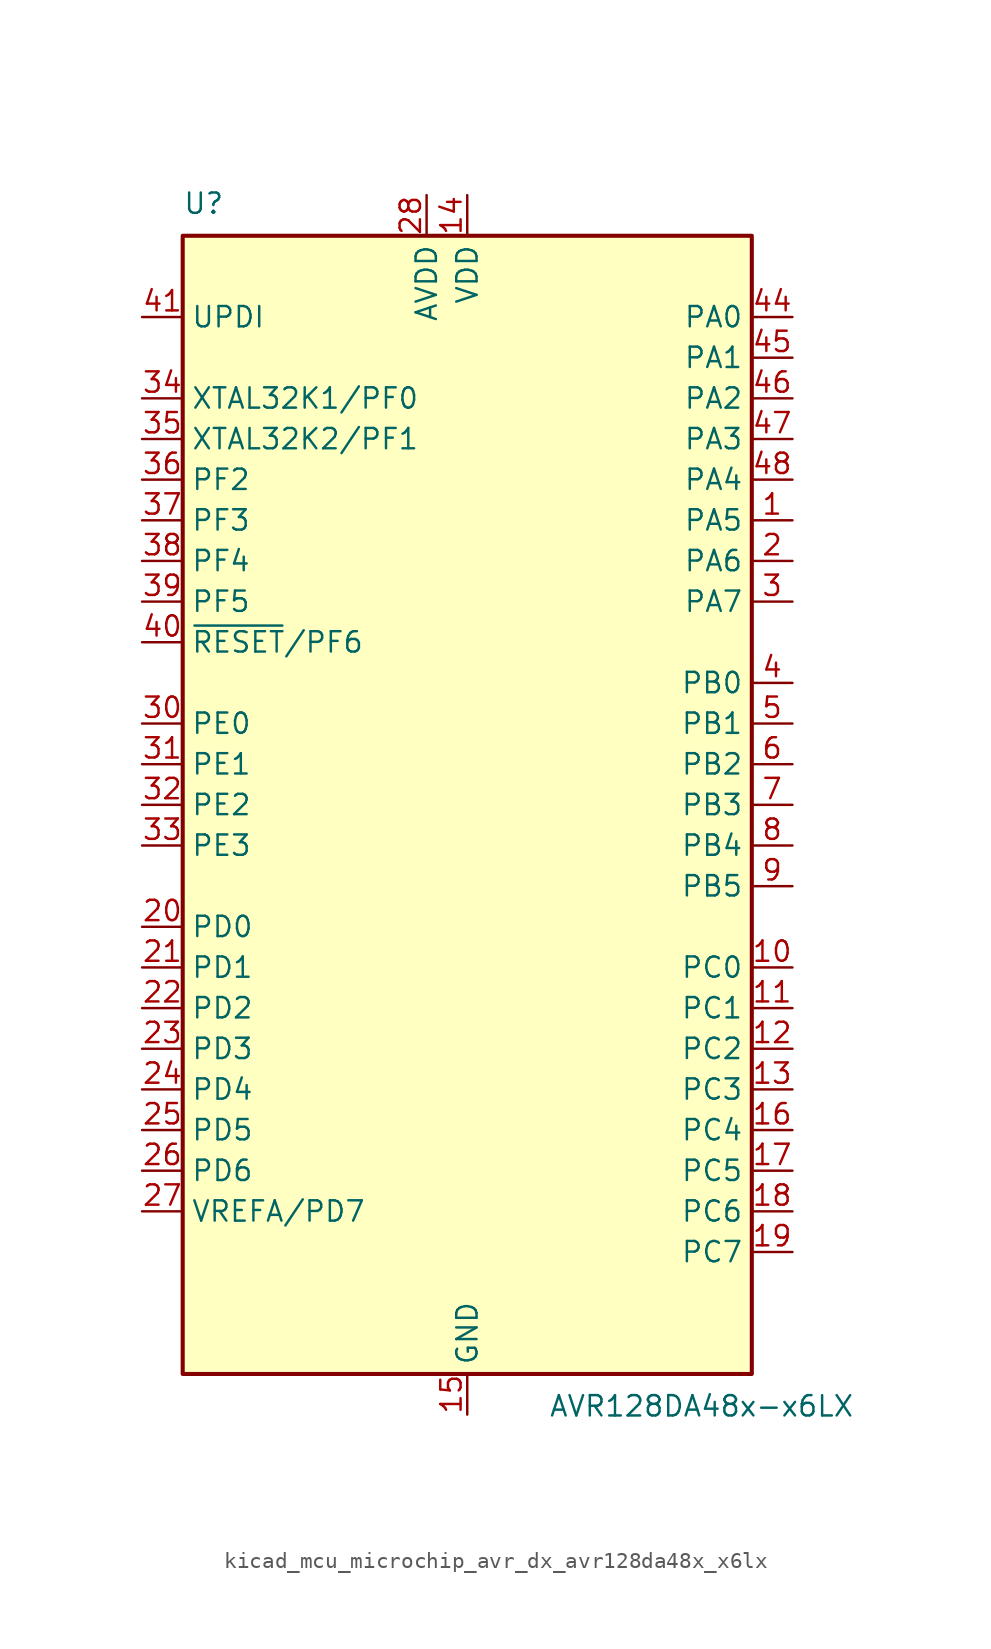
<source format=kicad_sym>
(kicad_symbol_lib
  (version 20220914)
  (generator kicad_symbol_editor)
  (symbol "kicad_mcu_microchip_avr_dx_avr128da48x_x6lx"
    (property "Reference" "U"
      (at -17.78 36.83 0)
      (effects (font (size 1.27 1.27)) (justify left bottom)))
    (property "Value" "AVR128DA48x-x6LX"
      (at 5.08 -36.83 0)
      (effects (font (size 1.27 1.27)) (justify left top)))
    (symbol "kicad_mcu_microchip_avr_dx_avr128da48x_x6lx_0_1"
      (rectangle (start -17.78 35.56) (end 17.78 -35.56) (stroke (width 0.254) (type default)) (fill (type background))))
    (symbol "kicad_mcu_microchip_avr_dx_avr128da48x_x6lx_1_1"
      (pin bidirectional line (at 20.32 17.78 180) (length 2.54) (name "PA5" (effects (font (size 1.27 1.27)))) (number "1" (effects (font (size 1.27 1.27)))))
      (pin bidirectional line (at 20.32 -10.16 180) (length 2.54) (name "PC0" (effects (font (size 1.27 1.27)))) (number "10" (effects (font (size 1.27 1.27)))))
      (pin bidirectional line (at 20.32 -12.7 180) (length 2.54) (name "PC1" (effects (font (size 1.27 1.27)))) (number "11" (effects (font (size 1.27 1.27)))))
      (pin bidirectional line (at 20.32 -15.24 180) (length 2.54) (name "PC2" (effects (font (size 1.27 1.27)))) (number "12" (effects (font (size 1.27 1.27)))))
      (pin bidirectional line (at 20.32 -17.78 180) (length 2.54) (name "PC3" (effects (font (size 1.27 1.27)))) (number "13" (effects (font (size 1.27 1.27)))))
      (pin power_in line (at 0 38.1 270) (length 2.54) (name "VDD" (effects (font (size 1.27 1.27)))) (number "14" (effects (font (size 1.27 1.27)))))
      (pin power_in line (at 0 -38.1 90) (length 2.54) (name "GND" (effects (font (size 1.27 1.27)))) (number "15" (effects (font (size 1.27 1.27)))))
      (pin bidirectional line (at 20.32 -20.32 180) (length 2.54) (name "PC4" (effects (font (size 1.27 1.27)))) (number "16" (effects (font (size 1.27 1.27)))))
      (pin bidirectional line (at 20.32 -22.86 180) (length 2.54) (name "PC5" (effects (font (size 1.27 1.27)))) (number "17" (effects (font (size 1.27 1.27)))))
      (pin bidirectional line (at 20.32 -25.4 180) (length 2.54) (name "PC6" (effects (font (size 1.27 1.27)))) (number "18" (effects (font (size 1.27 1.27)))))
      (pin bidirectional line (at 20.32 -27.94 180) (length 2.54) (name "PC7" (effects (font (size 1.27 1.27)))) (number "19" (effects (font (size 1.27 1.27)))))
      (pin bidirectional line (at 20.32 15.24 180) (length 2.54) (name "PA6" (effects (font (size 1.27 1.27)))) (number "2" (effects (font (size 1.27 1.27)))))
      (pin bidirectional line (at -20.32 -7.62 0) (length 2.54) (name "PD0" (effects (font (size 1.27 1.27)))) (number "20" (effects (font (size 1.27 1.27)))))
      (pin bidirectional line (at -20.32 -10.16 0) (length 2.54) (name "PD1" (effects (font (size 1.27 1.27)))) (number "21" (effects (font (size 1.27 1.27)))))
      (pin bidirectional line (at -20.32 -12.7 0) (length 2.54) (name "PD2" (effects (font (size 1.27 1.27)))) (number "22" (effects (font (size 1.27 1.27)))))
      (pin bidirectional line (at -20.32 -15.24 0) (length 2.54) (name "PD3" (effects (font (size 1.27 1.27)))) (number "23" (effects (font (size 1.27 1.27)))))
      (pin bidirectional line (at -20.32 -17.78 0) (length 2.54) (name "PD4" (effects (font (size 1.27 1.27)))) (number "24" (effects (font (size 1.27 1.27)))))
      (pin bidirectional line (at -20.32 -20.32 0) (length 2.54) (name "PD5" (effects (font (size 1.27 1.27)))) (number "25" (effects (font (size 1.27 1.27)))))
      (pin bidirectional line (at -20.32 -22.86 0) (length 2.54) (name "PD6" (effects (font (size 1.27 1.27)))) (number "26" (effects (font (size 1.27 1.27)))))
      (pin bidirectional line (at -20.32 -25.4 0) (length 2.54) (name "VREFA/PD7" (effects (font (size 1.27 1.27)))) (number "27" (effects (font (size 1.27 1.27)))))
      (pin power_in line (at -2.54 38.1 270) (length 2.54) (name "AVDD" (effects (font (size 1.27 1.27)))) (number "28" (effects (font (size 1.27 1.27)))))
      (pin passive line (at 0 -38.1 90) (length 2.54) hide (name "GND" (effects (font (size 1.27 1.27)))) (number "29" (effects (font (size 1.27 1.27)))))
      (pin bidirectional line (at 20.32 12.7 180) (length 2.54) (name "PA7" (effects (font (size 1.27 1.27)))) (number "3" (effects (font (size 1.27 1.27)))))
      (pin bidirectional line (at -20.32 5.08 0) (length 2.54) (name "PE0" (effects (font (size 1.27 1.27)))) (number "30" (effects (font (size 1.27 1.27)))))
      (pin bidirectional line (at -20.32 2.54 0) (length 2.54) (name "PE1" (effects (font (size 1.27 1.27)))) (number "31" (effects (font (size 1.27 1.27)))))
      (pin bidirectional line (at -20.32 0 0) (length 2.54) (name "PE2" (effects (font (size 1.27 1.27)))) (number "32" (effects (font (size 1.27 1.27)))))
      (pin bidirectional line (at -20.32 -2.54 0) (length 2.54) (name "PE3" (effects (font (size 1.27 1.27)))) (number "33" (effects (font (size 1.27 1.27)))))
      (pin bidirectional line (at -20.32 25.4 0) (length 2.54) (name "XTAL32K1/PF0" (effects (font (size 1.27 1.27)))) (number "34" (effects (font (size 1.27 1.27)))))
      (pin bidirectional line (at -20.32 22.86 0) (length 2.54) (name "XTAL32K2/PF1" (effects (font (size 1.27 1.27)))) (number "35" (effects (font (size 1.27 1.27)))))
      (pin bidirectional line (at -20.32 20.32 0) (length 2.54) (name "PF2" (effects (font (size 1.27 1.27)))) (number "36" (effects (font (size 1.27 1.27)))))
      (pin bidirectional line (at -20.32 17.78 0) (length 2.54) (name "PF3" (effects (font (size 1.27 1.27)))) (number "37" (effects (font (size 1.27 1.27)))))
      (pin bidirectional line (at -20.32 15.24 0) (length 2.54) (name "PF4" (effects (font (size 1.27 1.27)))) (number "38" (effects (font (size 1.27 1.27)))))
      (pin bidirectional line (at -20.32 12.7 0) (length 2.54) (name "PF5" (effects (font (size 1.27 1.27)))) (number "39" (effects (font (size 1.27 1.27)))))
      (pin bidirectional line (at 20.32 7.62 180) (length 2.54) (name "PB0" (effects (font (size 1.27 1.27)))) (number "4" (effects (font (size 1.27 1.27)))))
      (pin bidirectional line (at -20.32 10.16 0) (length 2.54) (name "~{RESET}/PF6" (effects (font (size 1.27 1.27)))) (number "40" (effects (font (size 1.27 1.27)))))
      (pin input line (at -20.32 30.48 0) (length 2.54) (name "UPDI" (effects (font (size 1.27 1.27)))) (number "41" (effects (font (size 1.27 1.27)))))
      (pin passive line (at 0 38.1 270) (length 2.54) hide (name "VDD" (effects (font (size 1.27 1.27)))) (number "42" (effects (font (size 1.27 1.27)))))
      (pin passive line (at 0 -38.1 90) (length 2.54) hide (name "GND" (effects (font (size 1.27 1.27)))) (number "43" (effects (font (size 1.27 1.27)))))
      (pin bidirectional line (at 20.32 30.48 180) (length 2.54) (name "PA0" (effects (font (size 1.27 1.27)))) (number "44" (effects (font (size 1.27 1.27)))))
      (pin bidirectional line (at 20.32 27.94 180) (length 2.54) (name "PA1" (effects (font (size 1.27 1.27)))) (number "45" (effects (font (size 1.27 1.27)))))
      (pin bidirectional line (at 20.32 25.4 180) (length 2.54) (name "PA2" (effects (font (size 1.27 1.27)))) (number "46" (effects (font (size 1.27 1.27)))))
      (pin bidirectional line (at 20.32 22.86 180) (length 2.54) (name "PA3" (effects (font (size 1.27 1.27)))) (number "47" (effects (font (size 1.27 1.27)))))
      (pin bidirectional line (at 20.32 20.32 180) (length 2.54) (name "PA4" (effects (font (size 1.27 1.27)))) (number "48" (effects (font (size 1.27 1.27)))))
      (pin passive line (at 0 -38.1 90) (length 2.54) hide (name "GND" (effects (font (size 1.27 1.27)))) (number "49" (effects (font (size 1.27 1.27)))))
      (pin bidirectional line (at 20.32 5.08 180) (length 2.54) (name "PB1" (effects (font (size 1.27 1.27)))) (number "5" (effects (font (size 1.27 1.27)))))
      (pin bidirectional line (at 20.32 2.54 180) (length 2.54) (name "PB2" (effects (font (size 1.27 1.27)))) (number "6" (effects (font (size 1.27 1.27)))))
      (pin bidirectional line (at 20.32 0 180) (length 2.54) (name "PB3" (effects (font (size 1.27 1.27)))) (number "7" (effects (font (size 1.27 1.27)))))
      (pin bidirectional line (at 20.32 -2.54 180) (length 2.54) (name "PB4" (effects (font (size 1.27 1.27)))) (number "8" (effects (font (size 1.27 1.27)))))
      (pin bidirectional line (at 20.32 -5.08 180) (length 2.54) (name "PB5" (effects (font (size 1.27 1.27)))) (number "9" (effects (font (size 1.27 1.27))))))))
</source>
